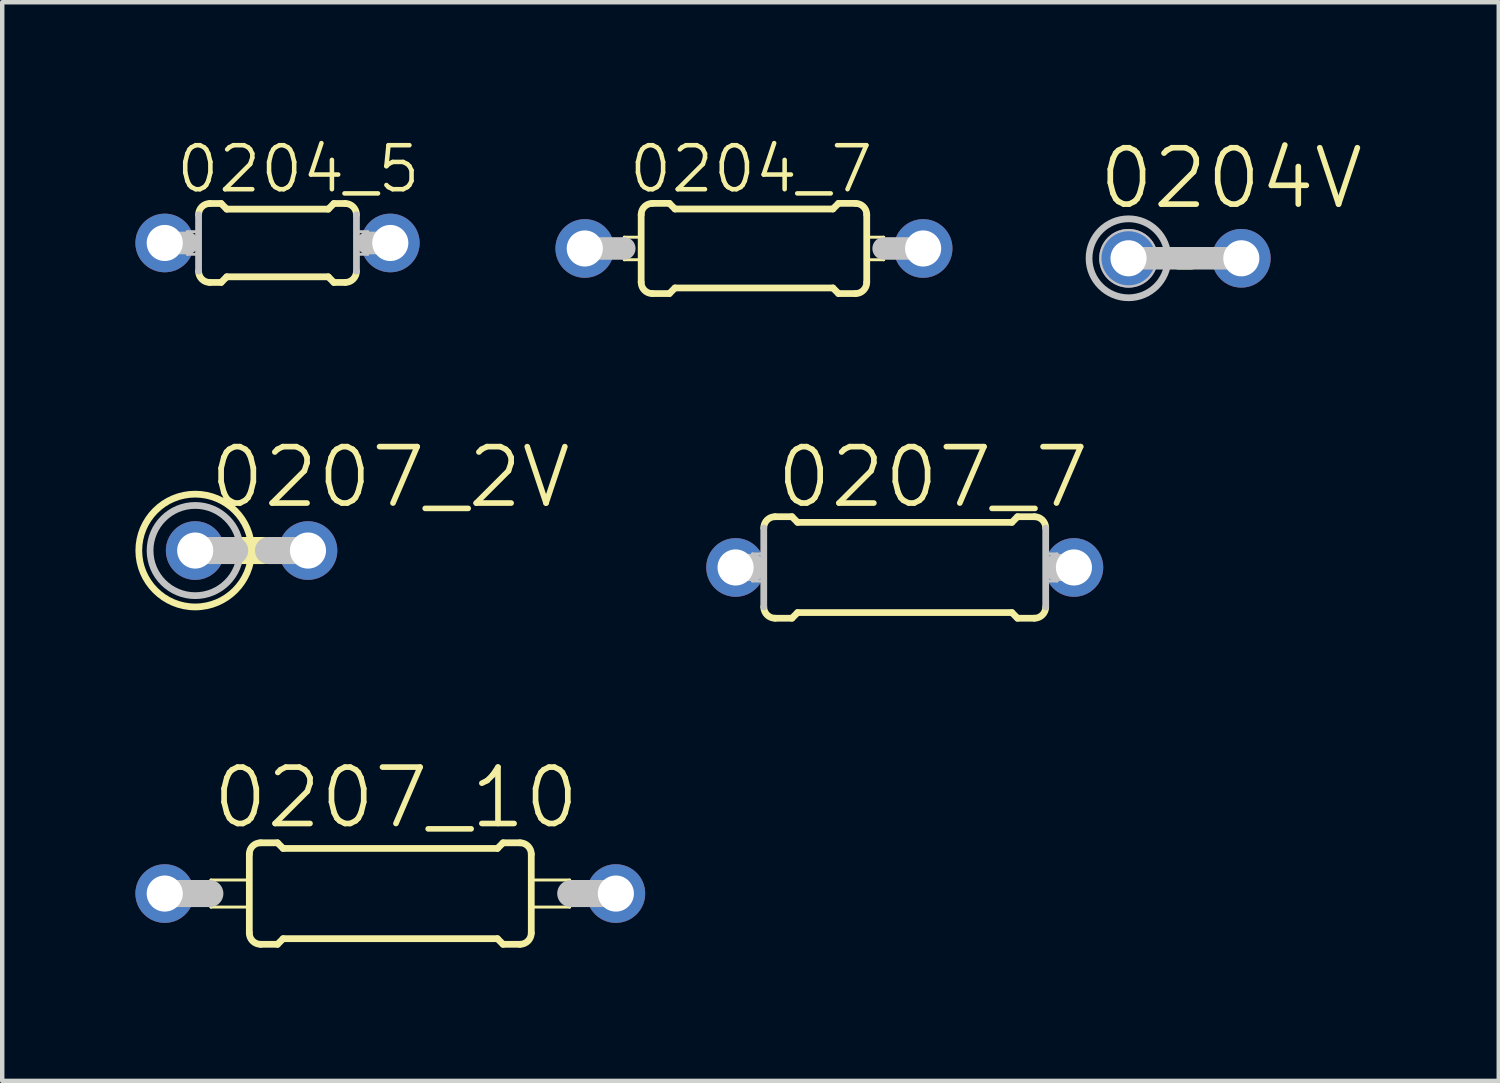
<source format=kicad_pcb>
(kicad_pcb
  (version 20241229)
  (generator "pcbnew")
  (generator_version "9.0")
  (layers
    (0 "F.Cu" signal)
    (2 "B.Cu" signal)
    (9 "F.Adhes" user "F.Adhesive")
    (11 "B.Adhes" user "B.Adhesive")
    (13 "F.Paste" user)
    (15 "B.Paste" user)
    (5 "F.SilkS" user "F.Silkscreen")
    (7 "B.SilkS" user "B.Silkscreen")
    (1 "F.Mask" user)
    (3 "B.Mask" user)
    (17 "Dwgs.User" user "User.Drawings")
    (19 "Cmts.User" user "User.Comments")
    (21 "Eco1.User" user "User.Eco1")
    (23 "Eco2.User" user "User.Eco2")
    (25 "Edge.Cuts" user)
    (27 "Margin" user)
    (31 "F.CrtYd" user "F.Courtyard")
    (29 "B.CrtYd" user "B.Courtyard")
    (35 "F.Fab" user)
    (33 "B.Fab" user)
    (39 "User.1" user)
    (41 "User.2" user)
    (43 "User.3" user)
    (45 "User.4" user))
  (footprint "0204V"
    (layer "F.Cu")
    (at 23.636 2.767)
    (property "Reference" "0204V" (at 1.041 -1.801 0) (layer "F.SilkS") (effects (font (size 1.27 1.27) (thickness 0.127))))
    (attr exclude_from_pos_files exclude_from_bom)
    (fp_line (start -0.127 0) (end 0.127 0) (stroke (width 0.508) (type solid)) (layer "F.SilkS"))
    (fp_line (start -1.27 0) (end 1.27 0) (stroke (width 0.508) (type solid)) (layer "Dwgs.User"))
    (fp_circle (center -1.27 0) (end -1.27 -0.889) (stroke (width 0.152) (type solid)) (fill no) (layer "Dwgs.User"))
    (fp_circle (center -1.27 0) (end -1.27 -0.635) (stroke (width 0.051) (type solid)) (fill no) (layer "Dwgs.User"))
    (pad "1" thru_hole circle (at -1.27 0) (size 1.321 1.321) (drill 0.813) (layers "*.Cu" "*.Paste" "*.Mask"))
    (pad "2" thru_hole circle (at 1.27 0) (size 1.321 1.321) (drill 0.813) (layers "*.Cu" "*.Paste" "*.Mask")))
  (footprint "0207_10"
    (layer "F.Cu")
    (at 5.74 17.074)
    (property "Reference" "0207_10" (at 0.127 -2.159 0) (layer "F.SilkS") (effects (font (size 1.27 1.27) (thickness 0.127))))
    (attr exclude_from_pos_files exclude_from_bom)
    (fp_line (start -4.039 -0.305) (end -3.175 -0.305) (stroke (width 0.066) (type solid)) (layer "F.SilkS"))
    (fp_line (start -4.039 0.305) (end -4.039 -0.305) (stroke (width 0.066) (type solid)) (layer "F.SilkS"))
    (fp_line (start -4.039 0.305) (end -3.175 0.305) (stroke (width 0.066) (type solid)) (layer "F.SilkS"))
    (fp_line (start -3.175 0.305) (end -3.175 -0.305) (stroke (width 0.066) (type solid)) (layer "F.SilkS"))
    (fp_line (start -3.175 0.889) (end -3.175 -0.889) (stroke (width 0.152) (type solid)) (layer "F.SilkS"))
    (fp_line (start -2.921 -1.143) (end -2.54 -1.143) (stroke (width 0.152) (type solid)) (layer "F.SilkS"))
    (fp_line (start -2.921 1.143) (end -2.54 1.143) (stroke (width 0.152) (type solid)) (layer "F.SilkS"))
    (fp_line (start -2.413 -1.016) (end -2.54 -1.143) (stroke (width 0.152) (type solid)) (layer "F.SilkS"))
    (fp_line (start -2.413 1.016) (end -2.54 1.143) (stroke (width 0.152) (type solid)) (layer "F.SilkS"))
    (fp_line (start 2.413 -1.016) (end -2.413 -1.016) (stroke (width 0.152) (type solid)) (layer "F.SilkS"))
    (fp_line (start 2.413 -1.016) (end 2.54 -1.143) (stroke (width 0.152) (type solid)) (layer "F.SilkS"))
    (fp_line (start 2.413 1.016) (end -2.413 1.016) (stroke (width 0.152) (type solid)) (layer "F.SilkS"))
    (fp_line (start 2.413 1.016) (end 2.54 1.143) (stroke (width 0.152) (type solid)) (layer "F.SilkS"))
    (fp_line (start 2.921 -1.143) (end 2.54 -1.143) (stroke (width 0.152) (type solid)) (layer "F.SilkS"))
    (fp_line (start 2.921 1.143) (end 2.54 1.143) (stroke (width 0.152) (type solid)) (layer "F.SilkS"))
    (fp_line (start 3.175 -0.305) (end 4.039 -0.305) (stroke (width 0.066) (type solid)) (layer "F.SilkS"))
    (fp_line (start 3.175 0.305) (end 3.175 -0.305) (stroke (width 0.066) (type solid)) (layer "F.SilkS"))
    (fp_line (start 3.175 0.305) (end 4.039 0.305) (stroke (width 0.066) (type solid)) (layer "F.SilkS"))
    (fp_line (start 3.175 0.889) (end 3.175 -0.889) (stroke (width 0.152) (type solid)) (layer "F.SilkS"))
    (fp_line (start 4.039 0.305) (end 4.039 -0.305) (stroke (width 0.066) (type solid)) (layer "F.SilkS"))
    (fp_arc (start -3.175 -0.889) (mid -3.100605 -1.068605) (end -2.921 -1.143) (stroke (width 0.1524) (type solid)) (layer "F.SilkS"))
    (fp_arc (start -2.921 1.143) (mid -3.100605 1.068605) (end -3.175 0.889) (stroke (width 0.1524) (type solid)) (layer "F.SilkS"))
    (fp_arc (start 2.921 -1.143) (mid 3.100605 -1.068605) (end 3.175 -0.889) (stroke (width 0.1524) (type solid)) (layer "F.SilkS"))
    (fp_arc (start 3.175 0.889) (mid 3.100605 1.068605) (end 2.921 1.143) (stroke (width 0.1524) (type solid)) (layer "F.SilkS"))
    (fp_line (start -5.08 0) (end -4.064 0) (stroke (width 0.61) (type solid)) (layer "Dwgs.User"))
    (fp_line (start 5.08 0) (end 4.064 0) (stroke (width 0.61) (type solid)) (layer "Dwgs.User"))
    (pad "1" thru_hole circle (at -5.08 0) (size 1.321 1.321) (drill 0.813) (layers "*.Cu" "*.Paste" "*.Mask"))
    (pad "2" thru_hole circle (at 5.08 0) (size 1.321 1.321) (drill 0.813) (layers "*.Cu" "*.Paste" "*.Mask")))
  (footprint "0204_5"
    (layer "F.Cu")
    (at 3.2 2.422)
    (property "Reference" "0204_5" (at 0.47 -1.664 0) (layer "F.SilkS") (effects (font (size 0.991 0.991) (thickness 0.102))))
    (attr exclude_from_pos_files exclude_from_bom)
    (fp_line (start -1.524 -0.889) (end -1.27 -0.889) (stroke (width 0.152) (type solid)) (layer "F.SilkS"))
    (fp_line (start -1.524 0.889) (end -1.27 0.889) (stroke (width 0.152) (type solid)) (layer "F.SilkS"))
    (fp_line (start -1.143 -0.762) (end -1.27 -0.889) (stroke (width 0.152) (type solid)) (layer "F.SilkS"))
    (fp_line (start -1.143 0.762) (end -1.27 0.889) (stroke (width 0.152) (type solid)) (layer "F.SilkS"))
    (fp_line (start 1.143 -0.762) (end -1.143 -0.762) (stroke (width 0.152) (type solid)) (layer "F.SilkS"))
    (fp_line (start 1.143 -0.762) (end 1.27 -0.889) (stroke (width 0.152) (type solid)) (layer "F.SilkS"))
    (fp_line (start 1.143 0.762) (end -1.143 0.762) (stroke (width 0.152) (type solid)) (layer "F.SilkS"))
    (fp_line (start 1.143 0.762) (end 1.27 0.889) (stroke (width 0.152) (type solid)) (layer "F.SilkS"))
    (fp_line (start 1.524 -0.889) (end 1.27 -0.889) (stroke (width 0.152) (type solid)) (layer "F.SilkS"))
    (fp_line (start 1.524 0.889) (end 1.27 0.889) (stroke (width 0.152) (type solid)) (layer "F.SilkS"))
    (fp_arc (start -1.778 -0.635) (mid -1.703605 -0.814605) (end -1.524 -0.889) (stroke (width 0.1524) (type solid)) (layer "F.SilkS"))
    (fp_arc (start -1.524 0.889) (mid -1.703605 0.814605) (end -1.778 0.635) (stroke (width 0.1524) (type solid)) (layer "F.SilkS"))
    (fp_arc (start 1.524 -0.889) (mid 1.703605 -0.814605) (end 1.778 -0.635) (stroke (width 0.1524) (type solid)) (layer "F.SilkS"))
    (fp_arc (start 1.778 0.635) (mid 1.703605 0.814605) (end 1.524 0.889) (stroke (width 0.1524) (type solid)) (layer "F.SilkS"))
    (fp_line (start -2.54 0) (end -2.032 0) (stroke (width 0.508) (type solid)) (layer "Dwgs.User"))
    (fp_line (start -2.032 -0.254) (end -1.778 -0.254) (stroke (width 0.066) (type solid)) (layer "Dwgs.User"))
    (fp_line (start -2.032 0.254) (end -2.032 -0.254) (stroke (width 0.066) (type solid)) (layer "Dwgs.User"))
    (fp_line (start -2.032 0.254) (end -1.778 0.254) (stroke (width 0.066) (type solid)) (layer "Dwgs.User"))
    (fp_line (start -1.778 0.254) (end -1.778 -0.254) (stroke (width 0.066) (type solid)) (layer "Dwgs.User"))
    (fp_line (start -1.778 0.635) (end -1.778 -0.635) (stroke (width 0.152) (type solid)) (layer "Dwgs.User"))
    (fp_line (start 1.778 -0.254) (end 2.032 -0.254) (stroke (width 0.066) (type solid)) (layer "Dwgs.User"))
    (fp_line (start 1.778 0.254) (end 1.778 -0.254) (stroke (width 0.066) (type solid)) (layer "Dwgs.User"))
    (fp_line (start 1.778 0.254) (end 2.032 0.254) (stroke (width 0.066) (type solid)) (layer "Dwgs.User"))
    (fp_line (start 1.778 0.635) (end 1.778 -0.635) (stroke (width 0.152) (type solid)) (layer "Dwgs.User"))
    (fp_line (start 2.032 0.254) (end 2.032 -0.254) (stroke (width 0.066) (type solid)) (layer "Dwgs.User"))
    (fp_line (start 2.54 0) (end 2.032 0) (stroke (width 0.508) (type solid)) (layer "Dwgs.User"))
    (pad "1" thru_hole circle (at -2.54 0) (size 1.321 1.321) (drill 0.813) (layers "*.Cu" "*.Paste" "*.Mask"))
    (pad "2" thru_hole circle (at 2.54 0) (size 1.321 1.321) (drill 0.813) (layers "*.Cu" "*.Paste" "*.Mask")))
  (footprint "0207_2V"
    (layer "F.Cu")
    (at 2.616 9.349)
    (property "Reference" "0207_2V" (at 3.124 -1.651 0) (layer "F.SilkS") (effects (font (size 1.27 1.27) (thickness 0.127))))
    (attr exclude_from_pos_files exclude_from_bom)
    (fp_line (start -0.254 0) (end 0.254 0) (stroke (width 0.61) (type solid)) (layer "F.SilkS"))
    (fp_circle (center -1.27 0) (end -1.27 -1.27) (stroke (width 0.152) (type solid)) (fill no) (layer "F.SilkS"))
    (fp_line (start -1.27 0) (end -0.381 0) (stroke (width 0.61) (type solid)) (layer "Dwgs.User"))
    (fp_line (start 0.381 0) (end 1.27 0) (stroke (width 0.61) (type solid)) (layer "Dwgs.User"))
    (fp_circle (center -1.27 0) (end -1.27 -1.016) (stroke (width 0.152) (type solid)) (fill no) (layer "Dwgs.User"))
    (pad "1" thru_hole circle (at -1.27 0) (size 1.321 1.321) (drill 0.813) (layers "*.Cu" "*.Paste" "*.Mask"))
    (pad "2" thru_hole circle (at 1.27 0) (size 1.321 1.321) (drill 0.813) (layers "*.Cu" "*.Paste" "*.Mask")))
  (footprint "0204_7"
    (layer "F.Cu")
    (at 13.93 2.546)
    (property "Reference" "0204_7" (at -0.064 -1.788 0) (layer "F.SilkS") (effects (font (size 0.991 0.991) (thickness 0.102))))
    (attr exclude_from_pos_files exclude_from_bom)
    (fp_line (start -2.921 -0.254) (end -2.54 -0.254) (stroke (width 0.066) (type solid)) (layer "F.SilkS"))
    (fp_line (start -2.921 0.254) (end -2.921 -0.254) (stroke (width 0.066) (type solid)) (layer "F.SilkS"))
    (fp_line (start -2.921 0.254) (end -2.54 0.254) (stroke (width 0.066) (type solid)) (layer "F.SilkS"))
    (fp_line (start -2.54 0.254) (end -2.54 -0.254) (stroke (width 0.066) (type solid)) (layer "F.SilkS"))
    (fp_line (start -2.54 0.762) (end -2.54 -0.762) (stroke (width 0.152) (type solid)) (layer "F.SilkS"))
    (fp_line (start -2.286 -1.016) (end -1.905 -1.016) (stroke (width 0.152) (type solid)) (layer "F.SilkS"))
    (fp_line (start -2.286 1.016) (end -1.905 1.016) (stroke (width 0.152) (type solid)) (layer "F.SilkS"))
    (fp_line (start -1.778 -0.889) (end -1.905 -1.016) (stroke (width 0.152) (type solid)) (layer "F.SilkS"))
    (fp_line (start -1.778 0.889) (end -1.905 1.016) (stroke (width 0.152) (type solid)) (layer "F.SilkS"))
    (fp_line (start 1.778 -0.889) (end -1.778 -0.889) (stroke (width 0.152) (type solid)) (layer "F.SilkS"))
    (fp_line (start 1.778 -0.889) (end 1.905 -1.016) (stroke (width 0.152) (type solid)) (layer "F.SilkS"))
    (fp_line (start 1.778 0.889) (end -1.778 0.889) (stroke (width 0.152) (type solid)) (layer "F.SilkS"))
    (fp_line (start 1.778 0.889) (end 1.905 1.016) (stroke (width 0.152) (type solid)) (layer "F.SilkS"))
    (fp_line (start 2.286 -1.016) (end 1.905 -1.016) (stroke (width 0.152) (type solid)) (layer "F.SilkS"))
    (fp_line (start 2.286 1.016) (end 1.905 1.016) (stroke (width 0.152) (type solid)) (layer "F.SilkS"))
    (fp_line (start 2.54 -0.254) (end 2.921 -0.254) (stroke (width 0.066) (type solid)) (layer "F.SilkS"))
    (fp_line (start 2.54 0.254) (end 2.54 -0.254) (stroke (width 0.066) (type solid)) (layer "F.SilkS"))
    (fp_line (start 2.54 0.254) (end 2.921 0.254) (stroke (width 0.066) (type solid)) (layer "F.SilkS"))
    (fp_line (start 2.54 0.762) (end 2.54 -0.762) (stroke (width 0.152) (type solid)) (layer "F.SilkS"))
    (fp_line (start 2.921 0.254) (end 2.921 -0.254) (stroke (width 0.066) (type solid)) (layer "F.SilkS"))
    (fp_arc (start -2.54 -0.762) (mid -2.465605 -0.941605) (end -2.286 -1.016) (stroke (width 0.1524) (type solid)) (layer "F.SilkS"))
    (fp_arc (start -2.286 1.016) (mid -2.465605 0.941605) (end -2.54 0.762) (stroke (width 0.1524) (type solid)) (layer "F.SilkS"))
    (fp_arc (start 2.286 -1.016) (mid 2.465605 -0.941605) (end 2.54 -0.762) (stroke (width 0.1524) (type solid)) (layer "F.SilkS"))
    (fp_arc (start 2.54 0.762) (mid 2.465605 0.941605) (end 2.286 1.016) (stroke (width 0.1524) (type solid)) (layer "F.SilkS"))
    (fp_line (start -3.81 0) (end -2.921 0) (stroke (width 0.508) (type solid)) (layer "Dwgs.User"))
    (fp_line (start 3.81 0) (end 2.921 0) (stroke (width 0.508) (type solid)) (layer "Dwgs.User"))
    (pad "1" thru_hole circle (at -3.81 0) (size 1.321 1.321) (drill 0.813) (layers "*.Cu" "*.Paste" "*.Mask"))
    (pad "2" thru_hole circle (at 3.81 0) (size 1.321 1.321) (drill 0.813) (layers "*.Cu" "*.Paste" "*.Mask")))
  (footprint "0207_7"
    (layer "F.Cu")
    (at 17.326 9.73)
    (property "Reference" "0207_7" (at 0.635 -2.032 0) (layer "F.SilkS") (effects (font (size 1.27 1.27) (thickness 0.127))))
    (attr exclude_from_pos_files exclude_from_bom)
    (fp_line (start -2.921 -1.143) (end -2.54 -1.143) (stroke (width 0.152) (type solid)) (layer "F.SilkS"))
    (fp_line (start -2.921 1.143) (end -2.54 1.143) (stroke (width 0.152) (type solid)) (layer "F.SilkS"))
    (fp_line (start -2.413 -1.016) (end -2.54 -1.143) (stroke (width 0.152) (type solid)) (layer "F.SilkS"))
    (fp_line (start -2.413 1.016) (end -2.54 1.143) (stroke (width 0.152) (type solid)) (layer "F.SilkS"))
    (fp_line (start 2.413 -1.016) (end -2.413 -1.016) (stroke (width 0.152) (type solid)) (layer "F.SilkS"))
    (fp_line (start 2.413 -1.016) (end 2.54 -1.143) (stroke (width 0.152) (type solid)) (layer "F.SilkS"))
    (fp_line (start 2.413 1.016) (end -2.413 1.016) (stroke (width 0.152) (type solid)) (layer "F.SilkS"))
    (fp_line (start 2.413 1.016) (end 2.54 1.143) (stroke (width 0.152) (type solid)) (layer "F.SilkS"))
    (fp_line (start 2.921 -1.143) (end 2.54 -1.143) (stroke (width 0.152) (type solid)) (layer "F.SilkS"))
    (fp_line (start 2.921 1.143) (end 2.54 1.143) (stroke (width 0.152) (type solid)) (layer "F.SilkS"))
    (fp_arc (start -3.175 -0.889) (mid -3.100605 -1.068605) (end -2.921 -1.143) (stroke (width 0.1524) (type solid)) (layer "F.SilkS"))
    (fp_arc (start -2.921 1.143) (mid -3.100605 1.068605) (end -3.175 0.889) (stroke (width 0.1524) (type solid)) (layer "F.SilkS"))
    (fp_arc (start 2.921 -1.143) (mid 3.100605 -1.068605) (end 3.175 -0.889) (stroke (width 0.1524) (type solid)) (layer "F.SilkS"))
    (fp_arc (start 3.175 0.889) (mid 3.100605 1.068605) (end 2.921 1.143) (stroke (width 0.1524) (type solid)) (layer "F.SilkS"))
    (fp_line (start -3.81 0) (end -3.429 0) (stroke (width 0.61) (type solid)) (layer "Dwgs.User"))
    (fp_line (start -3.429 -0.305) (end -3.175 -0.305) (stroke (width 0.066) (type solid)) (layer "Dwgs.User"))
    (fp_line (start -3.429 0.305) (end -3.429 -0.305) (stroke (width 0.066) (type solid)) (layer "Dwgs.User"))
    (fp_line (start -3.429 0.305) (end -3.175 0.305) (stroke (width 0.066) (type solid)) (layer "Dwgs.User"))
    (fp_line (start -3.175 0.305) (end -3.175 -0.305) (stroke (width 0.066) (type solid)) (layer "Dwgs.User"))
    (fp_line (start -3.175 0.889) (end -3.175 -0.889) (stroke (width 0.152) (type solid)) (layer "Dwgs.User"))
    (fp_line (start 3.175 -0.305) (end 3.429 -0.305) (stroke (width 0.066) (type solid)) (layer "Dwgs.User"))
    (fp_line (start 3.175 0.305) (end 3.175 -0.305) (stroke (width 0.066) (type solid)) (layer "Dwgs.User"))
    (fp_line (start 3.175 0.305) (end 3.429 0.305) (stroke (width 0.066) (type solid)) (layer "Dwgs.User"))
    (fp_line (start 3.175 0.889) (end 3.175 -0.889) (stroke (width 0.152) (type solid)) (layer "Dwgs.User"))
    (fp_line (start 3.429 0) (end 3.81 0) (stroke (width 0.61) (type solid)) (layer "Dwgs.User"))
    (fp_line (start 3.429 0.305) (end 3.429 -0.305) (stroke (width 0.066) (type solid)) (layer "Dwgs.User"))
    (pad "1" thru_hole circle (at -3.81 0) (size 1.321 1.321) (drill 0.813) (layers "*.Cu" "*.Paste" "*.Mask"))
    (pad "2" thru_hole circle (at 3.81 0) (size 1.321 1.321) (drill 0.813) (layers "*.Cu" "*.Paste" "*.Mask")))
  (gr_rect
    (start -3 -3)
    (end 30.704 21.293)
    (stroke (width 0.1) (type default))
    (fill no)
    (layer "Edge.Cuts")))
</source>
